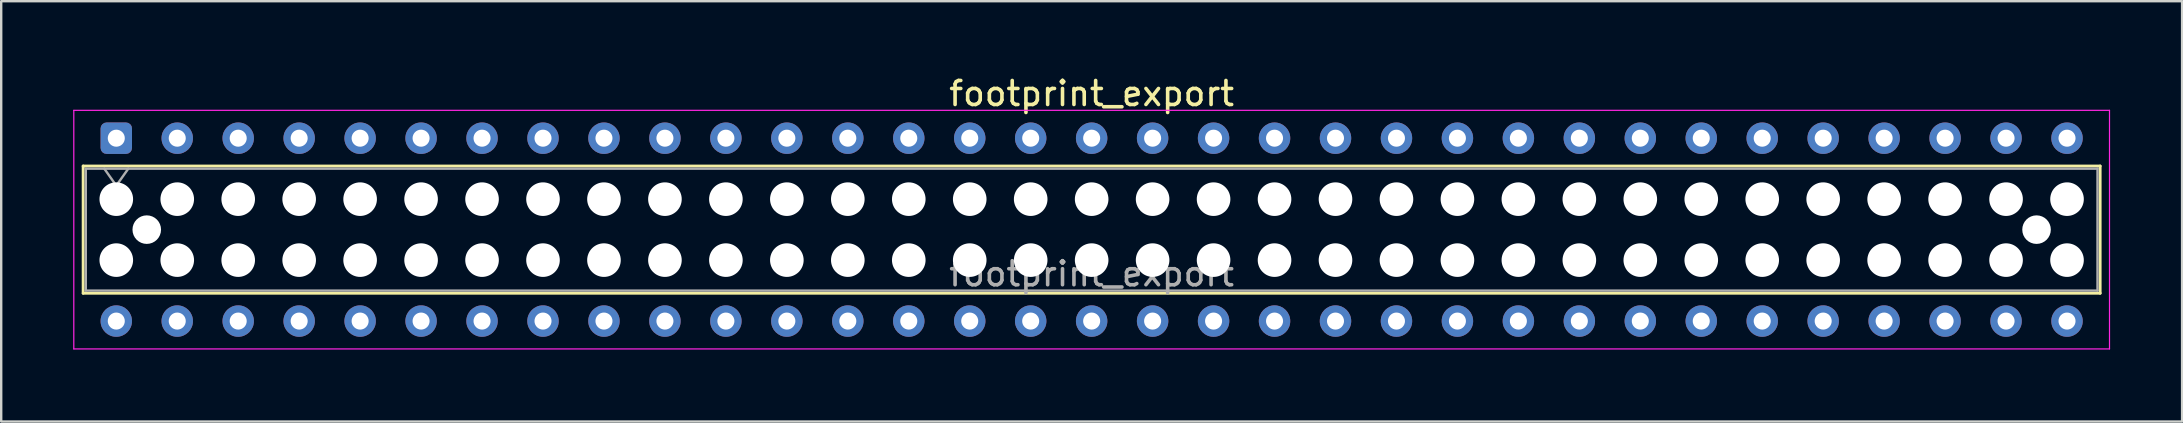
<source format=kicad_pcb>
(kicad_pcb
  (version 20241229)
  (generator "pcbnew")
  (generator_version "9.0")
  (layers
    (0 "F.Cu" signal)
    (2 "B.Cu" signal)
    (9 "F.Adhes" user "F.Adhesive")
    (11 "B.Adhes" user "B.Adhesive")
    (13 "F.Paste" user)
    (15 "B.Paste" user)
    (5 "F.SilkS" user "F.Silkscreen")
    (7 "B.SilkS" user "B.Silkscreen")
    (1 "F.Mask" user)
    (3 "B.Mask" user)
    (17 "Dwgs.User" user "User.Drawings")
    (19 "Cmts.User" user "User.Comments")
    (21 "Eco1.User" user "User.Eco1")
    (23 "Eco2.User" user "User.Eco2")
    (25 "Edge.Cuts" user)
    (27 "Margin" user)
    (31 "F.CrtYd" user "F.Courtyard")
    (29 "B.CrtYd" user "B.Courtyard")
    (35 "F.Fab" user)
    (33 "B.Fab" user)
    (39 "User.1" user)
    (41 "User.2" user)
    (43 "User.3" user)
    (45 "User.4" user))
  (footprint "footprint_export"
    (layer "F.Cu")
    (at 1.795 2.708)
    (property "Reference" "footprint_export" (at 40.64 -1.86 0) (layer "F.SilkS") (effects (font (size 1 1) (thickness 0.15))))
    (attr through_hole)
    (fp_line (start -1.38 1.16) (end 82.66 1.16) (stroke (width 0.12) (type solid)) (layer "F.SilkS"))
    (fp_line (start -1.38 6.46) (end -1.38 1.16) (stroke (width 0.12) (type solid)) (layer "F.SilkS"))
    (fp_line (start 82.66 1.16) (end 82.66 6.46) (stroke (width 0.12) (type solid)) (layer "F.SilkS"))
    (fp_line (start 82.66 6.46) (end -1.38 6.46) (stroke (width 0.12) (type solid)) (layer "F.SilkS"))
    (fp_line (start -1.77 -1.16) (end 83.05 -1.16) (stroke (width 0.05) (type solid)) (layer "F.CrtYd"))
    (fp_line (start -1.77 8.78) (end -1.77 -1.16) (stroke (width 0.05) (type solid)) (layer "F.CrtYd"))
    (fp_line (start 83.05 -1.16) (end 83.05 8.78) (stroke (width 0.05) (type solid)) (layer "F.CrtYd"))
    (fp_line (start 83.05 8.78) (end -1.77 8.78) (stroke (width 0.05) (type solid)) (layer "F.CrtYd"))
    (fp_line (start -1.27 1.27) (end 82.55 1.27) (stroke (width 0.1) (type solid)) (layer "F.Fab"))
    (fp_line (start -1.27 6.35) (end -1.27 1.27) (stroke (width 0.1) (type solid)) (layer "F.Fab"))
    (fp_line (start -0.5 1.27) (end 0 1.977) (stroke (width 0.1) (type solid)) (layer "F.Fab"))
    (fp_line (start 0 1.977) (end 0.5 1.27) (stroke (width 0.1) (type solid)) (layer "F.Fab"))
    (fp_line (start 82.55 1.27) (end 82.55 6.35) (stroke (width 0.1) (type solid)) (layer "F.Fab"))
    (fp_line (start 82.55 6.35) (end -1.27 6.35) (stroke (width 0.1) (type solid)) (layer "F.Fab"))
    (fp_text user "${REFERENCE}" (at 40.64 5.65 0) (layer "F.Fab") (effects (font (size 1 1) (thickness 0.15))))
    (pad "" np_thru_hole circle (at 0 2.54) (size 1.4 1.4) (drill 1.4) (layers "*.Cu" "*.Mask"))
    (pad "" np_thru_hole circle (at 0 5.08) (size 1.4 1.4) (drill 1.4) (layers "*.Cu" "*.Mask"))
    (pad "" np_thru_hole circle (at 1.27 3.81) (size 1.19 1.19) (drill 1.19) (layers "*.Cu" "*.Mask"))
    (pad "" np_thru_hole circle (at 2.54 2.54) (size 1.4 1.4) (drill 1.4) (layers "*.Cu" "*.Mask"))
    (pad "" np_thru_hole circle (at 2.54 5.08) (size 1.4 1.4) (drill 1.4) (layers "*.Cu" "*.Mask"))
    (pad "" np_thru_hole circle (at 5.08 2.54) (size 1.4 1.4) (drill 1.4) (layers "*.Cu" "*.Mask"))
    (pad "" np_thru_hole circle (at 5.08 5.08) (size 1.4 1.4) (drill 1.4) (layers "*.Cu" "*.Mask"))
    (pad "" np_thru_hole circle (at 7.62 2.54) (size 1.4 1.4) (drill 1.4) (layers "*.Cu" "*.Mask"))
    (pad "" np_thru_hole circle (at 7.62 5.08) (size 1.4 1.4) (drill 1.4) (layers "*.Cu" "*.Mask"))
    (pad "" np_thru_hole circle (at 10.16 2.54) (size 1.4 1.4) (drill 1.4) (layers "*.Cu" "*.Mask"))
    (pad "" np_thru_hole circle (at 10.16 5.08) (size 1.4 1.4) (drill 1.4) (layers "*.Cu" "*.Mask"))
    (pad "" np_thru_hole circle (at 12.7 2.54) (size 1.4 1.4) (drill 1.4) (layers "*.Cu" "*.Mask"))
    (pad "" np_thru_hole circle (at 12.7 5.08) (size 1.4 1.4) (drill 1.4) (layers "*.Cu" "*.Mask"))
    (pad "" np_thru_hole circle (at 15.24 2.54) (size 1.4 1.4) (drill 1.4) (layers "*.Cu" "*.Mask"))
    (pad "" np_thru_hole circle (at 15.24 5.08) (size 1.4 1.4) (drill 1.4) (layers "*.Cu" "*.Mask"))
    (pad "" np_thru_hole circle (at 17.78 2.54) (size 1.4 1.4) (drill 1.4) (layers "*.Cu" "*.Mask"))
    (pad "" np_thru_hole circle (at 17.78 5.08) (size 1.4 1.4) (drill 1.4) (layers "*.Cu" "*.Mask"))
    (pad "" np_thru_hole circle (at 20.32 2.54) (size 1.4 1.4) (drill 1.4) (layers "*.Cu" "*.Mask"))
    (pad "" np_thru_hole circle (at 20.32 5.08) (size 1.4 1.4) (drill 1.4) (layers "*.Cu" "*.Mask"))
    (pad "" np_thru_hole circle (at 22.86 2.54) (size 1.4 1.4) (drill 1.4) (layers "*.Cu" "*.Mask"))
    (pad "" np_thru_hole circle (at 22.86 5.08) (size 1.4 1.4) (drill 1.4) (layers "*.Cu" "*.Mask"))
    (pad "" np_thru_hole circle (at 25.4 2.54) (size 1.4 1.4) (drill 1.4) (layers "*.Cu" "*.Mask"))
    (pad "" np_thru_hole circle (at 25.4 5.08) (size 1.4 1.4) (drill 1.4) (layers "*.Cu" "*.Mask"))
    (pad "" np_thru_hole circle (at 27.94 2.54) (size 1.4 1.4) (drill 1.4) (layers "*.Cu" "*.Mask"))
    (pad "" np_thru_hole circle (at 27.94 5.08) (size 1.4 1.4) (drill 1.4) (layers "*.Cu" "*.Mask"))
    (pad "" np_thru_hole circle (at 30.48 2.54) (size 1.4 1.4) (drill 1.4) (layers "*.Cu" "*.Mask"))
    (pad "" np_thru_hole circle (at 30.48 5.08) (size 1.4 1.4) (drill 1.4) (layers "*.Cu" "*.Mask"))
    (pad "" np_thru_hole circle (at 33.02 2.54) (size 1.4 1.4) (drill 1.4) (layers "*.Cu" "*.Mask"))
    (pad "" np_thru_hole circle (at 33.02 5.08) (size 1.4 1.4) (drill 1.4) (layers "*.Cu" "*.Mask"))
    (pad "" np_thru_hole circle (at 35.56 2.54) (size 1.4 1.4) (drill 1.4) (layers "*.Cu" "*.Mask"))
    (pad "" np_thru_hole circle (at 35.56 5.08) (size 1.4 1.4) (drill 1.4) (layers "*.Cu" "*.Mask"))
    (pad "" np_thru_hole circle (at 38.1 2.54) (size 1.4 1.4) (drill 1.4) (layers "*.Cu" "*.Mask"))
    (pad "" np_thru_hole circle (at 38.1 5.08) (size 1.4 1.4) (drill 1.4) (layers "*.Cu" "*.Mask"))
    (pad "" np_thru_hole circle (at 40.64 2.54) (size 1.4 1.4) (drill 1.4) (layers "*.Cu" "*.Mask"))
    (pad "" np_thru_hole circle (at 40.64 5.08) (size 1.4 1.4) (drill 1.4) (layers "*.Cu" "*.Mask"))
    (pad "" np_thru_hole circle (at 43.18 2.54) (size 1.4 1.4) (drill 1.4) (layers "*.Cu" "*.Mask"))
    (pad "" np_thru_hole circle (at 43.18 5.08) (size 1.4 1.4) (drill 1.4) (layers "*.Cu" "*.Mask"))
    (pad "" np_thru_hole circle (at 45.72 2.54) (size 1.4 1.4) (drill 1.4) (layers "*.Cu" "*.Mask"))
    (pad "" np_thru_hole circle (at 45.72 5.08) (size 1.4 1.4) (drill 1.4) (layers "*.Cu" "*.Mask"))
    (pad "" np_thru_hole circle (at 48.26 2.54) (size 1.4 1.4) (drill 1.4) (layers "*.Cu" "*.Mask"))
    (pad "" np_thru_hole circle (at 48.26 5.08) (size 1.4 1.4) (drill 1.4) (layers "*.Cu" "*.Mask"))
    (pad "" np_thru_hole circle (at 50.8 2.54) (size 1.4 1.4) (drill 1.4) (layers "*.Cu" "*.Mask"))
    (pad "" np_thru_hole circle (at 50.8 5.08) (size 1.4 1.4) (drill 1.4) (layers "*.Cu" "*.Mask"))
    (pad "" np_thru_hole circle (at 53.34 2.54) (size 1.4 1.4) (drill 1.4) (layers "*.Cu" "*.Mask"))
    (pad "" np_thru_hole circle (at 53.34 5.08) (size 1.4 1.4) (drill 1.4) (layers "*.Cu" "*.Mask"))
    (pad "" np_thru_hole circle (at 55.88 2.54) (size 1.4 1.4) (drill 1.4) (layers "*.Cu" "*.Mask"))
    (pad "" np_thru_hole circle (at 55.88 5.08) (size 1.4 1.4) (drill 1.4) (layers "*.Cu" "*.Mask"))
    (pad "" np_thru_hole circle (at 58.42 2.54) (size 1.4 1.4) (drill 1.4) (layers "*.Cu" "*.Mask"))
    (pad "" np_thru_hole circle (at 58.42 5.08) (size 1.4 1.4) (drill 1.4) (layers "*.Cu" "*.Mask"))
    (pad "" np_thru_hole circle (at 60.96 2.54) (size 1.4 1.4) (drill 1.4) (layers "*.Cu" "*.Mask"))
    (pad "" np_thru_hole circle (at 60.96 5.08) (size 1.4 1.4) (drill 1.4) (layers "*.Cu" "*.Mask"))
    (pad "" np_thru_hole circle (at 63.5 2.54) (size 1.4 1.4) (drill 1.4) (layers "*.Cu" "*.Mask"))
    (pad "" np_thru_hole circle (at 63.5 5.08) (size 1.4 1.4) (drill 1.4) (layers "*.Cu" "*.Mask"))
    (pad "" np_thru_hole circle (at 66.04 2.54) (size 1.4 1.4) (drill 1.4) (layers "*.Cu" "*.Mask"))
    (pad "" np_thru_hole circle (at 66.04 5.08) (size 1.4 1.4) (drill 1.4) (layers "*.Cu" "*.Mask"))
    (pad "" np_thru_hole circle (at 68.58 2.54) (size 1.4 1.4) (drill 1.4) (layers "*.Cu" "*.Mask"))
    (pad "" np_thru_hole circle (at 68.58 5.08) (size 1.4 1.4) (drill 1.4) (layers "*.Cu" "*.Mask"))
    (pad "" np_thru_hole circle (at 71.12 2.54) (size 1.4 1.4) (drill 1.4) (layers "*.Cu" "*.Mask"))
    (pad "" np_thru_hole circle (at 71.12 5.08) (size 1.4 1.4) (drill 1.4) (layers "*.Cu" "*.Mask"))
    (pad "" np_thru_hole circle (at 73.66 2.54) (size 1.4 1.4) (drill 1.4) (layers "*.Cu" "*.Mask"))
    (pad "" np_thru_hole circle (at 73.66 5.08) (size 1.4 1.4) (drill 1.4) (layers "*.Cu" "*.Mask"))
    (pad "" np_thru_hole circle (at 76.2 2.54) (size 1.4 1.4) (drill 1.4) (layers "*.Cu" "*.Mask"))
    (pad "" np_thru_hole circle (at 76.2 5.08) (size 1.4 1.4) (drill 1.4) (layers "*.Cu" "*.Mask"))
    (pad "" np_thru_hole circle (at 78.74 2.54) (size 1.4 1.4) (drill 1.4) (layers "*.Cu" "*.Mask"))
    (pad "" np_thru_hole circle (at 78.74 5.08) (size 1.4 1.4) (drill 1.4) (layers "*.Cu" "*.Mask"))
    (pad "" np_thru_hole circle (at 80.01 3.81) (size 1.19 1.19) (drill 1.19) (layers "*.Cu" "*.Mask"))
    (pad "" np_thru_hole circle (at 81.28 2.54) (size 1.4 1.4) (drill 1.4) (layers "*.Cu" "*.Mask"))
    (pad "" np_thru_hole circle (at 81.28 5.08) (size 1.4 1.4) (drill 1.4) (layers "*.Cu" "*.Mask"))
    (pad "1" thru_hole roundrect (at 0 0) (size 1.31 1.31) (drill 0.71) (layers "*.Cu" "*.Mask") (roundrect_rratio 0.191))
    (pad "2" thru_hole circle (at 0 7.62) (size 1.31 1.31) (drill 0.71) (layers "*.Cu" "*.Mask"))
    (pad "3" thru_hole circle (at 2.54 0) (size 1.31 1.31) (drill 0.71) (layers "*.Cu" "*.Mask"))
    (pad "4" thru_hole circle (at 2.54 7.62) (size 1.31 1.31) (drill 0.71) (layers "*.Cu" "*.Mask"))
    (pad "5" thru_hole circle (at 5.08 0) (size 1.31 1.31) (drill 0.71) (layers "*.Cu" "*.Mask"))
    (pad "6" thru_hole circle (at 5.08 7.62) (size 1.31 1.31) (drill 0.71) (layers "*.Cu" "*.Mask"))
    (pad "7" thru_hole circle (at 7.62 0) (size 1.31 1.31) (drill 0.71) (layers "*.Cu" "*.Mask"))
    (pad "8" thru_hole circle (at 7.62 7.62) (size 1.31 1.31) (drill 0.71) (layers "*.Cu" "*.Mask"))
    (pad "9" thru_hole circle (at 10.16 0) (size 1.31 1.31) (drill 0.71) (layers "*.Cu" "*.Mask"))
    (pad "10" thru_hole circle (at 10.16 7.62) (size 1.31 1.31) (drill 0.71) (layers "*.Cu" "*.Mask"))
    (pad "11" thru_hole circle (at 12.7 0) (size 1.31 1.31) (drill 0.71) (layers "*.Cu" "*.Mask"))
    (pad "12" thru_hole circle (at 12.7 7.62) (size 1.31 1.31) (drill 0.71) (layers "*.Cu" "*.Mask"))
    (pad "13" thru_hole circle (at 15.24 0) (size 1.31 1.31) (drill 0.71) (layers "*.Cu" "*.Mask"))
    (pad "14" thru_hole circle (at 15.24 7.62) (size 1.31 1.31) (drill 0.71) (layers "*.Cu" "*.Mask"))
    (pad "15" thru_hole circle (at 17.78 0) (size 1.31 1.31) (drill 0.71) (layers "*.Cu" "*.Mask"))
    (pad "16" thru_hole circle (at 17.78 7.62) (size 1.31 1.31) (drill 0.71) (layers "*.Cu" "*.Mask"))
    (pad "17" thru_hole circle (at 20.32 0) (size 1.31 1.31) (drill 0.71) (layers "*.Cu" "*.Mask"))
    (pad "18" thru_hole circle (at 20.32 7.62) (size 1.31 1.31) (drill 0.71) (layers "*.Cu" "*.Mask"))
    (pad "19" thru_hole circle (at 22.86 0) (size 1.31 1.31) (drill 0.71) (layers "*.Cu" "*.Mask"))
    (pad "20" thru_hole circle (at 22.86 7.62) (size 1.31 1.31) (drill 0.71) (layers "*.Cu" "*.Mask"))
    (pad "21" thru_hole circle (at 25.4 0) (size 1.31 1.31) (drill 0.71) (layers "*.Cu" "*.Mask"))
    (pad "22" thru_hole circle (at 25.4 7.62) (size 1.31 1.31) (drill 0.71) (layers "*.Cu" "*.Mask"))
    (pad "23" thru_hole circle (at 27.94 0) (size 1.31 1.31) (drill 0.71) (layers "*.Cu" "*.Mask"))
    (pad "24" thru_hole circle (at 27.94 7.62) (size 1.31 1.31) (drill 0.71) (layers "*.Cu" "*.Mask"))
    (pad "25" thru_hole circle (at 30.48 0) (size 1.31 1.31) (drill 0.71) (layers "*.Cu" "*.Mask"))
    (pad "26" thru_hole circle (at 30.48 7.62) (size 1.31 1.31) (drill 0.71) (layers "*.Cu" "*.Mask"))
    (pad "27" thru_hole circle (at 33.02 0) (size 1.31 1.31) (drill 0.71) (layers "*.Cu" "*.Mask"))
    (pad "28" thru_hole circle (at 33.02 7.62) (size 1.31 1.31) (drill 0.71) (layers "*.Cu" "*.Mask"))
    (pad "29" thru_hole circle (at 35.56 0) (size 1.31 1.31) (drill 0.71) (layers "*.Cu" "*.Mask"))
    (pad "30" thru_hole circle (at 35.56 7.62) (size 1.31 1.31) (drill 0.71) (layers "*.Cu" "*.Mask"))
    (pad "31" thru_hole circle (at 38.1 0) (size 1.31 1.31) (drill 0.71) (layers "*.Cu" "*.Mask"))
    (pad "32" thru_hole circle (at 38.1 7.62) (size 1.31 1.31) (drill 0.71) (layers "*.Cu" "*.Mask"))
    (pad "33" thru_hole circle (at 40.64 0) (size 1.31 1.31) (drill 0.71) (layers "*.Cu" "*.Mask"))
    (pad "34" thru_hole circle (at 40.64 7.62) (size 1.31 1.31) (drill 0.71) (layers "*.Cu" "*.Mask"))
    (pad "35" thru_hole circle (at 43.18 0) (size 1.31 1.31) (drill 0.71) (layers "*.Cu" "*.Mask"))
    (pad "36" thru_hole circle (at 43.18 7.62) (size 1.31 1.31) (drill 0.71) (layers "*.Cu" "*.Mask"))
    (pad "37" thru_hole circle (at 45.72 0) (size 1.31 1.31) (drill 0.71) (layers "*.Cu" "*.Mask"))
    (pad "38" thru_hole circle (at 45.72 7.62) (size 1.31 1.31) (drill 0.71) (layers "*.Cu" "*.Mask"))
    (pad "39" thru_hole circle (at 48.26 0) (size 1.31 1.31) (drill 0.71) (layers "*.Cu" "*.Mask"))
    (pad "40" thru_hole circle (at 48.26 7.62) (size 1.31 1.31) (drill 0.71) (layers "*.Cu" "*.Mask"))
    (pad "41" thru_hole circle (at 50.8 0) (size 1.31 1.31) (drill 0.71) (layers "*.Cu" "*.Mask"))
    (pad "42" thru_hole circle (at 50.8 7.62) (size 1.31 1.31) (drill 0.71) (layers "*.Cu" "*.Mask"))
    (pad "43" thru_hole circle (at 53.34 0) (size 1.31 1.31) (drill 0.71) (layers "*.Cu" "*.Mask"))
    (pad "44" thru_hole circle (at 53.34 7.62) (size 1.31 1.31) (drill 0.71) (layers "*.Cu" "*.Mask"))
    (pad "45" thru_hole circle (at 55.88 0) (size 1.31 1.31) (drill 0.71) (layers "*.Cu" "*.Mask"))
    (pad "46" thru_hole circle (at 55.88 7.62) (size 1.31 1.31) (drill 0.71) (layers "*.Cu" "*.Mask"))
    (pad "47" thru_hole circle (at 58.42 0) (size 1.31 1.31) (drill 0.71) (layers "*.Cu" "*.Mask"))
    (pad "48" thru_hole circle (at 58.42 7.62) (size 1.31 1.31) (drill 0.71) (layers "*.Cu" "*.Mask"))
    (pad "49" thru_hole circle (at 60.96 0) (size 1.31 1.31) (drill 0.71) (layers "*.Cu" "*.Mask"))
    (pad "50" thru_hole circle (at 60.96 7.62) (size 1.31 1.31) (drill 0.71) (layers "*.Cu" "*.Mask"))
    (pad "51" thru_hole circle (at 63.5 0) (size 1.31 1.31) (drill 0.71) (layers "*.Cu" "*.Mask"))
    (pad "52" thru_hole circle (at 63.5 7.62) (size 1.31 1.31) (drill 0.71) (layers "*.Cu" "*.Mask"))
    (pad "53" thru_hole circle (at 66.04 0) (size 1.31 1.31) (drill 0.71) (layers "*.Cu" "*.Mask"))
    (pad "54" thru_hole circle (at 66.04 7.62) (size 1.31 1.31) (drill 0.71) (layers "*.Cu" "*.Mask"))
    (pad "55" thru_hole circle (at 68.58 0) (size 1.31 1.31) (drill 0.71) (layers "*.Cu" "*.Mask"))
    (pad "56" thru_hole circle (at 68.58 7.62) (size 1.31 1.31) (drill 0.71) (layers "*.Cu" "*.Mask"))
    (pad "57" thru_hole circle (at 71.12 0) (size 1.31 1.31) (drill 0.71) (layers "*.Cu" "*.Mask"))
    (pad "58" thru_hole circle (at 71.12 7.62) (size 1.31 1.31) (drill 0.71) (layers "*.Cu" "*.Mask"))
    (pad "59" thru_hole circle (at 73.66 0) (size 1.31 1.31) (drill 0.71) (layers "*.Cu" "*.Mask"))
    (pad "60" thru_hole circle (at 73.66 7.62) (size 1.31 1.31) (drill 0.71) (layers "*.Cu" "*.Mask"))
    (pad "61" thru_hole circle (at 76.2 0) (size 1.31 1.31) (drill 0.71) (layers "*.Cu" "*.Mask"))
    (pad "62" thru_hole circle (at 76.2 7.62) (size 1.31 1.31) (drill 0.71) (layers "*.Cu" "*.Mask"))
    (pad "63" thru_hole circle (at 78.74 0) (size 1.31 1.31) (drill 0.71) (layers "*.Cu" "*.Mask"))
    (pad "64" thru_hole circle (at 78.74 7.62) (size 1.31 1.31) (drill 0.71) (layers "*.Cu" "*.Mask"))
    (pad "65" thru_hole circle (at 81.28 0) (size 1.31 1.31) (drill 0.71) (layers "*.Cu" "*.Mask"))
    (pad "66" thru_hole circle (at 81.28 7.62) (size 1.31 1.31) (drill 0.71) (layers "*.Cu" "*.Mask")))
  (gr_rect
    (start -3 -3)
    (end 87.87 14.513)
    (stroke (width 0.1) (type default))
    (fill no)
    (layer "Edge.Cuts")))
</source>
